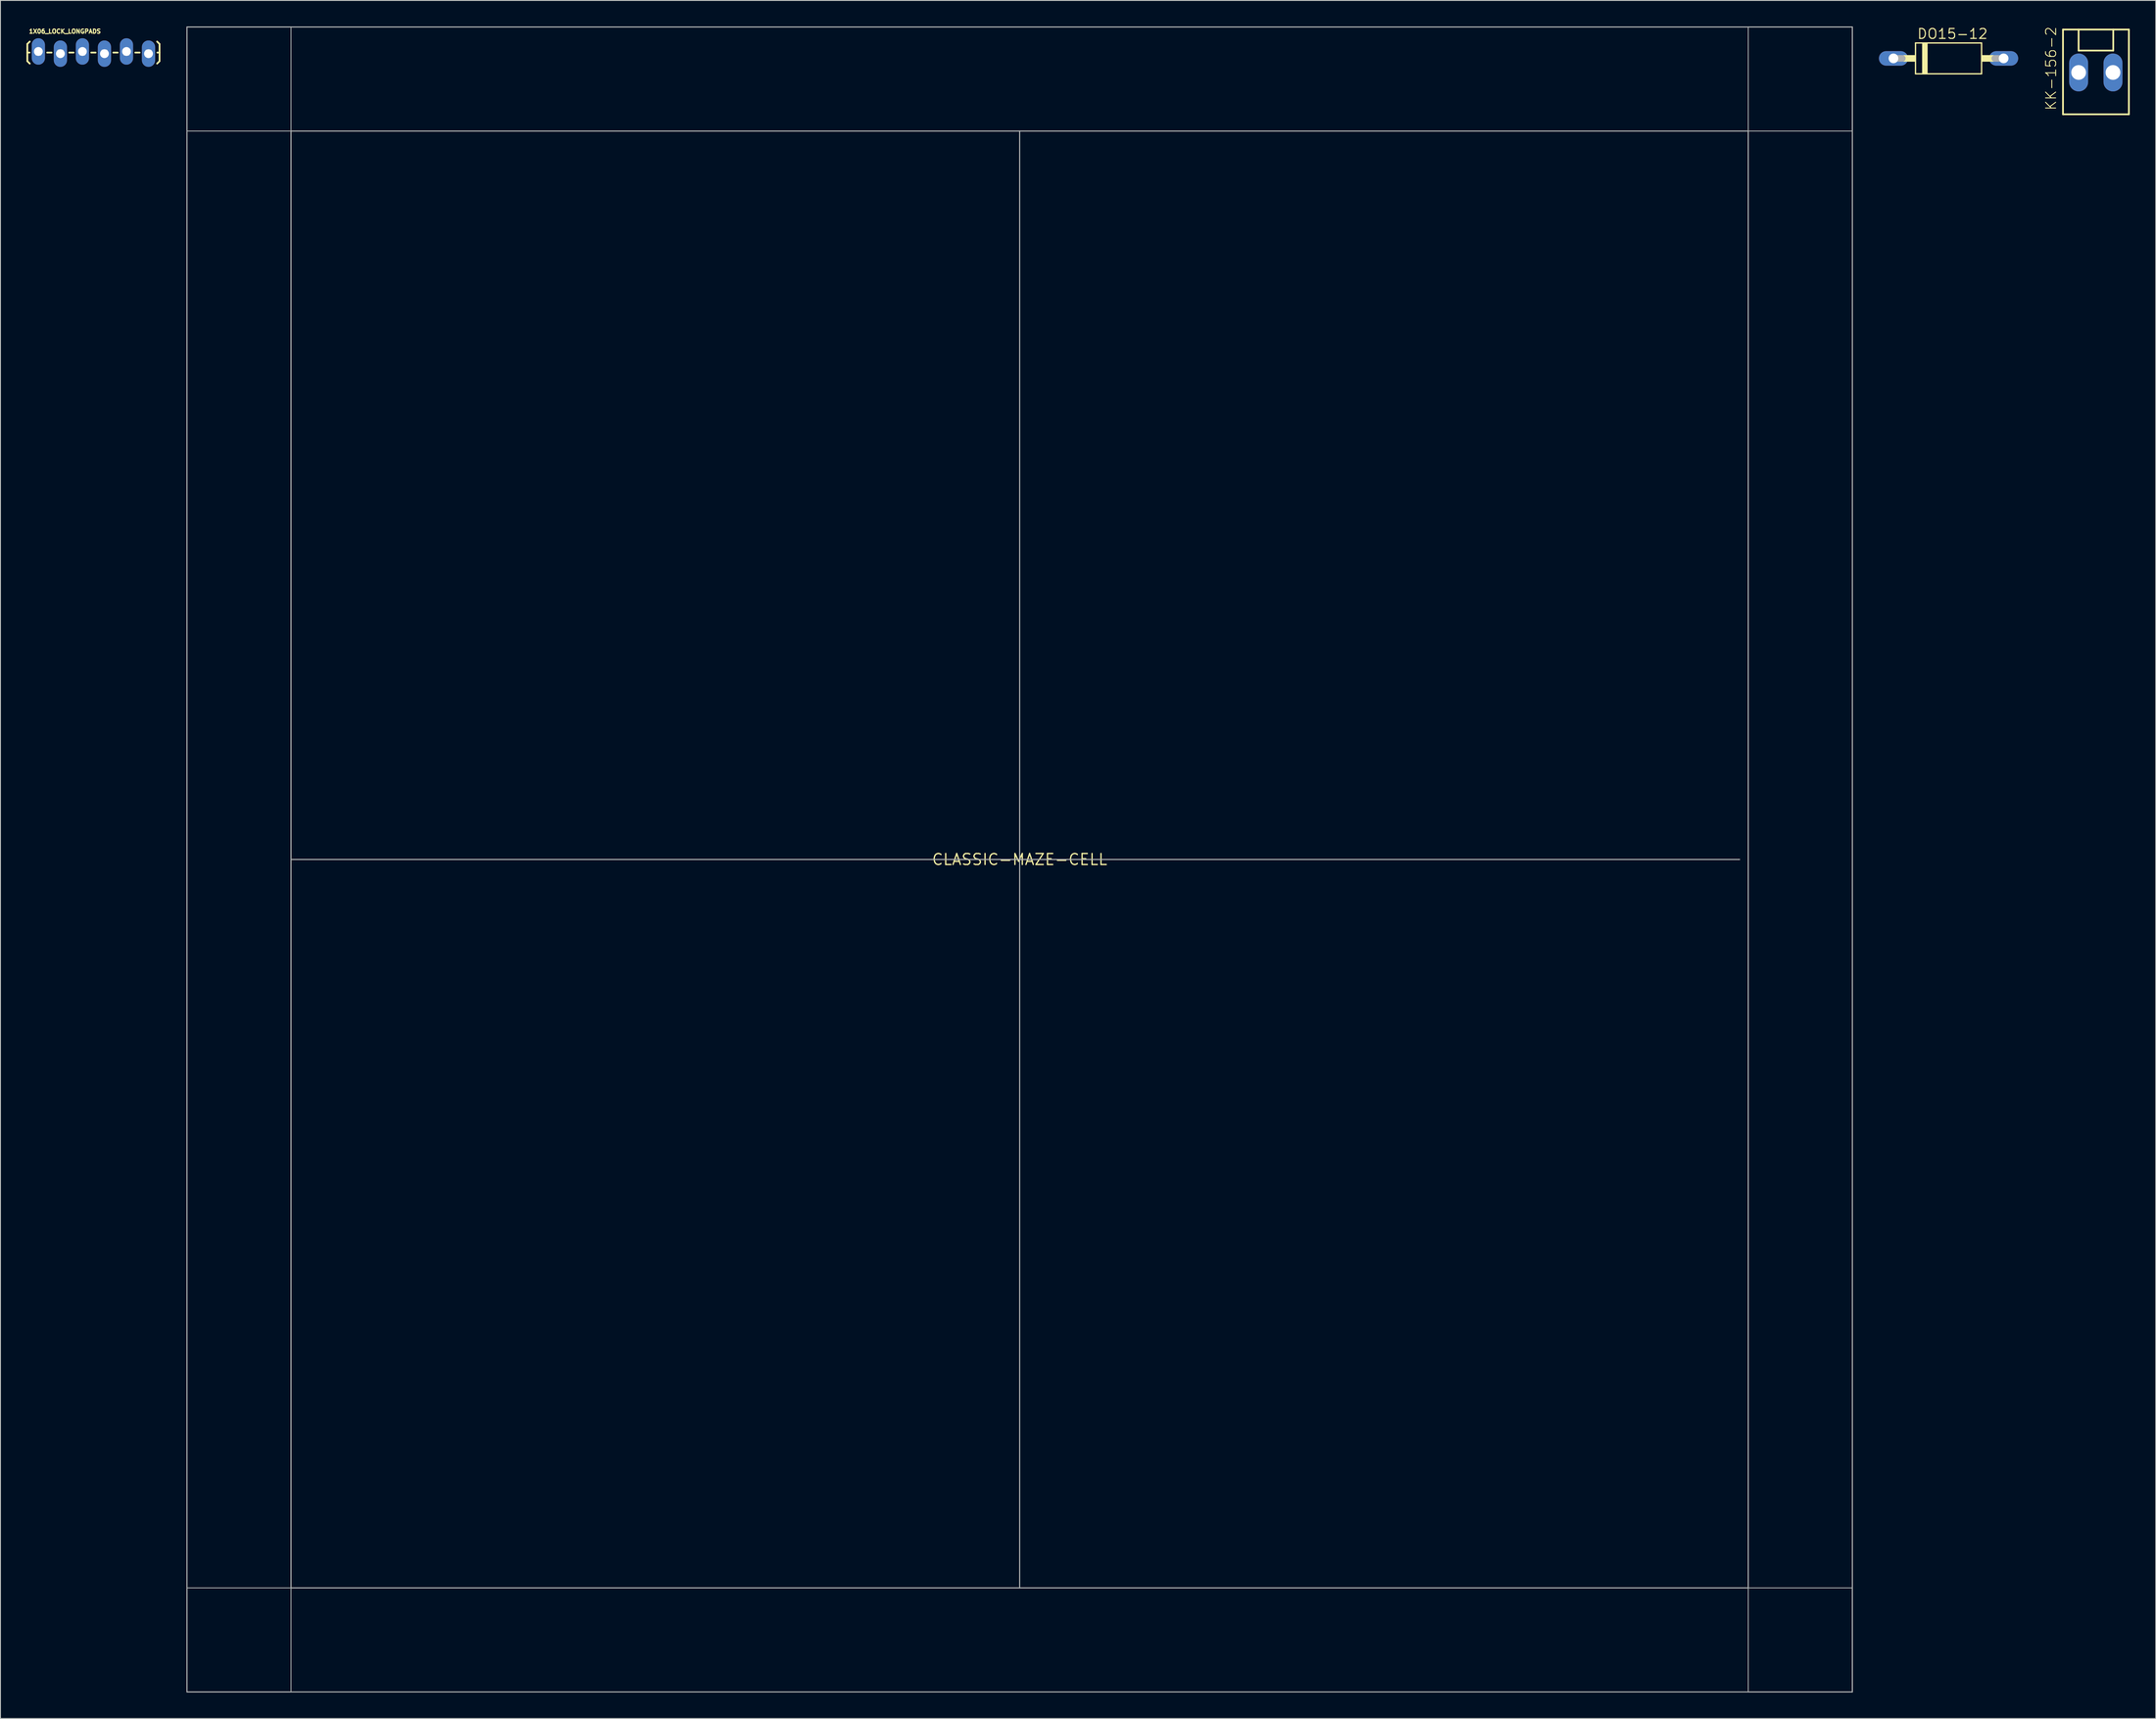
<source format=kicad_pcb>
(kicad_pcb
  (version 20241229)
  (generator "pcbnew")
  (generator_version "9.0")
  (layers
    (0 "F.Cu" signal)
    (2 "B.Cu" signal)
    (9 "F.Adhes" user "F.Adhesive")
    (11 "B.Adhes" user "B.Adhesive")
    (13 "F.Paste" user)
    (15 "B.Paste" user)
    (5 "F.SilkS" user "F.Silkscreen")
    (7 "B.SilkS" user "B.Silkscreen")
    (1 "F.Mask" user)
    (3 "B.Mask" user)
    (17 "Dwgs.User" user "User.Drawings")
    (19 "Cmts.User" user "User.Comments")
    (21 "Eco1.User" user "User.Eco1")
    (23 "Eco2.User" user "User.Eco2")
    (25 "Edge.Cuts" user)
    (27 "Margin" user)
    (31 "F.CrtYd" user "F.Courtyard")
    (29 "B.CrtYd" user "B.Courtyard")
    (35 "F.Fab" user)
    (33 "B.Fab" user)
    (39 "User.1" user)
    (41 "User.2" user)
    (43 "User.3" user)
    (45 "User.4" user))
  (footprint "CLASSIC-MAZE-CELL"
    (layer "F.Cu")
    (at 114.507 96.064)
    (property "Reference" "CLASSIC-MAZE-CELL" (at 0 0 0) (layer "F.SilkS") (effects (font (size 1.27 1.27) (thickness 0.15))))
    (fp_line (start -96 -96) (end 96 -96) (stroke (width 0.127) (type solid)) (layer "F.Fab"))
    (fp_line (start -96 96) (end -96 -96) (stroke (width 0.127) (type solid)) (layer "F.Fab"))
    (fp_line (start -84 -84) (end -84 0) (stroke (width 0.127) (type solid)) (layer "F.Fab"))
    (fp_line (start -84 0) (end -84 84) (stroke (width 0.127) (type solid)) (layer "F.Fab"))
    (fp_line (start -84 0) (end 83 0) (stroke (width 0.127) (type solid)) (layer "F.Fab"))
    (fp_line (start -84 84) (end 0 84) (stroke (width 0.127) (type solid)) (layer "F.Fab"))
    (fp_line (start 0 -84) (end -84 -84) (stroke (width 0.127) (type solid)) (layer "F.Fab"))
    (fp_line (start 0 84) (end 0 -84) (stroke (width 0.127) (type solid)) (layer "F.Fab"))
    (fp_line (start 0 84) (end 84 84) (stroke (width 0.127) (type solid)) (layer "F.Fab"))
    (fp_line (start 84 -84) (end 0 -84) (stroke (width 0.127) (type solid)) (layer "F.Fab"))
    (fp_line (start 84 84) (end 84 -84) (stroke (width 0.127) (type solid)) (layer "F.Fab"))
    (fp_line (start 96 -96) (end 96 96) (stroke (width 0.127) (type solid)) (layer "F.Fab"))
    (fp_line (start 96 96) (end -96 96) (stroke (width 0.127) (type solid)) (layer "F.Fab"))
    (fp_poly (pts (xy -96 -84) (xy -84 -84) (xy -84 -96) (xy -96 -96)) (stroke (width 0.1) (type solid)) (fill no) (layer "F.Fab"))
    (fp_poly (pts (xy -96 96) (xy -84 96) (xy -84 84) (xy -96 84)) (stroke (width 0.1) (type solid)) (fill no) (layer "F.Fab"))
    (fp_poly (pts (xy 84 -84) (xy 96 -84) (xy 96 -96) (xy 84 -96)) (stroke (width 0.1) (type solid)) (fill no) (layer "F.Fab"))
    (fp_poly (pts (xy 84 96) (xy 96 96) (xy 96 84) (xy 84 84)) (stroke (width 0.1) (type solid)) (fill no) (layer "F.Fab")))
  (footprint "KK-156-2"
    (layer "F.Cu")
    (at 238.576 5.307)
    (property "Reference" "KK-156-2" (at -4.48 4.445 90) (layer "F.SilkS") (effects (font (size 1.168 1.168) (thickness 0.102)) (justify left bottom)))
    (fp_line (start -3.785 -4.95) (end -3.785 4.825) (stroke (width 0.203) (type solid)) (layer "F.SilkS"))
    (fp_line (start -3.785 4.825) (end 3.81 4.825) (stroke (width 0.203) (type solid)) (layer "F.SilkS"))
    (fp_line (start -1.985 -4.95) (end -3.785 -4.95) (stroke (width 0.203) (type solid)) (layer "F.SilkS"))
    (fp_line (start -1.985 -2.525) (end -1.985 -4.95) (stroke (width 0.203) (type solid)) (layer "F.SilkS"))
    (fp_line (start -1.985 -2.525) (end 2.01 -2.525) (stroke (width 0.203) (type solid)) (layer "F.SilkS"))
    (fp_line (start 2.01 -4.95) (end -1.985 -4.95) (stroke (width 0.203) (type solid)) (layer "F.SilkS"))
    (fp_line (start 2.01 -2.525) (end 2.01 -4.95) (stroke (width 0.203) (type solid)) (layer "F.SilkS"))
    (fp_line (start 3.81 -4.95) (end 2.01 -4.95) (stroke (width 0.203) (type solid)) (layer "F.SilkS"))
    (fp_line (start 3.81 4.825) (end 3.81 -4.95) (stroke (width 0.203) (type solid)) (layer "F.SilkS"))
    (pad "1" thru_hole oval (at -1.98 0 90) (size 4.369 2.184) (drill 1.7) (layers "*.Cu" "*.Mask"))
    (pad "2" thru_hole oval (at 1.98 0 90) (size 4.369 2.184) (drill 1.7) (layers "*.Cu" "*.Mask")))
  (footprint "1X06_LOCK_LONGPADS"
    (layer "F.Cu")
    (at 1.372 2.885)
    (property "Reference" "1X06_LOCK_LONGPADS" (at -1.143 -2.032 0) (layer "F.SilkS") (effects (font (size 0.488 0.488) (thickness 0.122)) (justify left bottom)))
    (fp_line (start -1.27 -0.864) (end -0.991 -1.143) (stroke (width 0.203) (type solid)) (layer "F.SilkS"))
    (fp_line (start -1.27 0.127) (end -1.27 -0.864) (stroke (width 0.203) (type solid)) (layer "F.SilkS"))
    (fp_line (start -1.27 0.127) (end -1.27 1.118) (stroke (width 0.203) (type solid)) (layer "F.SilkS"))
    (fp_line (start -1.27 0.127) (end -1.016 0.127) (stroke (width 0.203) (type solid)) (layer "F.SilkS"))
    (fp_line (start -1.27 1.118) (end -0.991 1.397) (stroke (width 0.203) (type solid)) (layer "F.SilkS"))
    (fp_line (start 1.524 0.127) (end 1.016 0.127) (stroke (width 0.203) (type solid)) (layer "F.SilkS"))
    (fp_line (start 4.064 0.127) (end 3.556 0.127) (stroke (width 0.203) (type solid)) (layer "F.SilkS"))
    (fp_line (start 6.604 0.127) (end 6.096 0.127) (stroke (width 0.203) (type solid)) (layer "F.SilkS"))
    (fp_line (start 9.144 0.127) (end 8.636 0.127) (stroke (width 0.203) (type solid)) (layer "F.SilkS"))
    (fp_line (start 11.684 0.127) (end 11.176 0.127) (stroke (width 0.203) (type solid)) (layer "F.SilkS"))
    (fp_line (start 13.97 -0.864) (end 13.691 -1.143) (stroke (width 0.203) (type solid)) (layer "F.SilkS"))
    (fp_line (start 13.97 0.127) (end 13.716 0.127) (stroke (width 0.203) (type solid)) (layer "F.SilkS"))
    (fp_line (start 13.97 0.127) (end 13.97 -0.864) (stroke (width 0.203) (type solid)) (layer "F.SilkS"))
    (fp_line (start 13.97 0.127) (end 13.97 1.118) (stroke (width 0.203) (type solid)) (layer "F.SilkS"))
    (fp_line (start 13.97 1.118) (end 13.691 1.397) (stroke (width 0.203) (type solid)) (layer "F.SilkS"))
    (fp_poly (pts (xy -0.292 0.419) (xy 0.292 0.419) (xy 0.292 -0.165) (xy -0.292 -0.165)) (stroke (width 0.1) (type solid)) (fill no) (layer "F.Fab"))
    (fp_poly (pts (xy 2.248 0.419) (xy 2.832 0.419) (xy 2.832 -0.165) (xy 2.248 -0.165)) (stroke (width 0.1) (type solid)) (fill no) (layer "F.Fab"))
    (fp_poly (pts (xy 4.788 0.419) (xy 5.372 0.419) (xy 5.372 -0.165) (xy 4.788 -0.165)) (stroke (width 0.1) (type solid)) (fill no) (layer "F.Fab"))
    (fp_poly (pts (xy 7.912 0.419) (xy 7.912 -0.165) (xy 7.328 -0.165) (xy 7.328 0.419)) (stroke (width 0.1) (type solid)) (fill no) (layer "F.Fab"))
    (fp_poly (pts (xy 9.868 0.419) (xy 10.452 0.419) (xy 10.452 -0.165) (xy 9.868 -0.165)) (stroke (width 0.1) (type solid)) (fill no) (layer "F.Fab"))
    (fp_poly (pts (xy 12.408 0.419) (xy 12.992 0.419) (xy 12.992 -0.165) (xy 12.408 -0.165)) (stroke (width 0.1) (type solid)) (fill no) (layer "F.Fab"))
    (pad "1" thru_hole oval (at 0 0 90) (size 3.048 1.524) (drill 1.016) (layers "*.Cu" "*.Mask"))
    (pad "2" thru_hole oval (at 2.54 0.254 90) (size 3.048 1.524) (drill 1.016) (layers "*.Cu" "*.Mask"))
    (pad "3" thru_hole oval (at 5.08 0 90) (size 3.048 1.524) (drill 1.016) (layers "*.Cu" "*.Mask"))
    (pad "4" thru_hole oval (at 7.62 0.254 90) (size 3.048 1.524) (drill 1.016) (layers "*.Cu" "*.Mask"))
    (pad "5" thru_hole oval (at 10.16 0 90) (size 3.048 1.524) (drill 1.016) (layers "*.Cu" "*.Mask"))
    (pad "6" thru_hole oval (at 12.7 0.254 90) (size 3.048 1.524) (drill 1.016) (layers "*.Cu" "*.Mask")))
  (footprint "DO15-12"
    (layer "F.Cu")
    (at 221.597 3.683)
    (property "Reference" "DO15-12" (at -3.683 -2.159 0) (layer "F.SilkS") (effects (font (size 1.143 1.143) (thickness 0.127)) (justify left bottom)))
    (fp_line (start -3.81 -1.778) (end -3.81 1.778) (stroke (width 0.152) (type solid)) (layer "F.SilkS"))
    (fp_line (start -3.81 1.778) (end 3.81 1.778) (stroke (width 0.152) (type solid)) (layer "F.SilkS"))
    (fp_line (start 3.81 -1.778) (end -3.81 -1.778) (stroke (width 0.152) (type solid)) (layer "F.SilkS"))
    (fp_line (start 3.81 1.778) (end 3.81 -1.778) (stroke (width 0.152) (type solid)) (layer "F.SilkS"))
    (fp_poly (pts (xy -5.207 0.381) (xy -3.81 0.381) (xy -3.81 -0.381) (xy -5.207 -0.381)) (stroke (width 0) (type solid)) (fill yes) (layer "F.SilkS"))
    (fp_poly (pts (xy -3.048 1.778) (xy -2.413 1.778) (xy -2.413 -1.778) (xy -3.048 -1.778)) (stroke (width 0) (type solid)) (fill yes) (layer "F.SilkS"))
    (fp_poly (pts (xy 3.81 0.381) (xy 5.207 0.381) (xy 5.207 -0.381) (xy 3.81 -0.381)) (stroke (width 0) (type solid)) (fill yes) (layer "F.SilkS"))
    (fp_line (start -6.35 0) (end -5.334 0) (stroke (width 0.762) (type solid)) (layer "F.Fab"))
    (fp_line (start 6.35 0) (end 5.334 0) (stroke (width 0.762) (type solid)) (layer "F.Fab"))
    (pad "A" thru_hole oval (at 6.35 0) (size 3.353 1.676) (drill 1.118) (layers "*.Cu" "*.Mask"))
    (pad "C" thru_hole oval (at -6.35 0) (size 3.353 1.676) (drill 1.118) (layers "*.Cu" "*.Mask")))
  (gr_rect
    (start -3 -3)
    (end 245.488 195.127)
    (stroke (width 0.1) (type default))
    (fill no)
    (layer "Edge.Cuts")))
</source>
